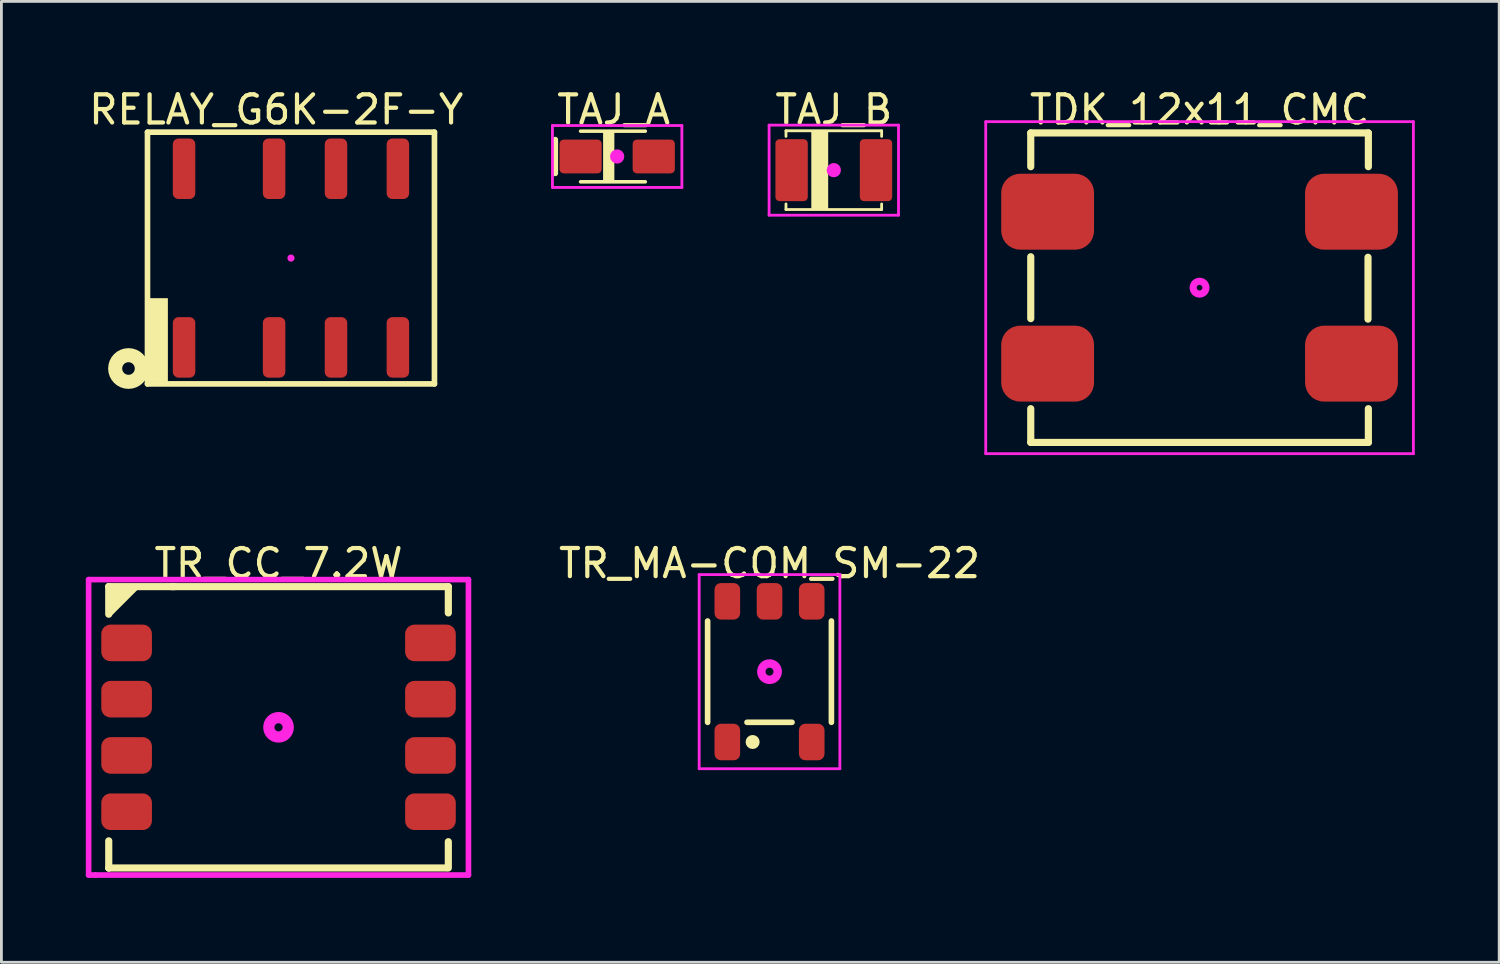
<source format=kicad_pcb>
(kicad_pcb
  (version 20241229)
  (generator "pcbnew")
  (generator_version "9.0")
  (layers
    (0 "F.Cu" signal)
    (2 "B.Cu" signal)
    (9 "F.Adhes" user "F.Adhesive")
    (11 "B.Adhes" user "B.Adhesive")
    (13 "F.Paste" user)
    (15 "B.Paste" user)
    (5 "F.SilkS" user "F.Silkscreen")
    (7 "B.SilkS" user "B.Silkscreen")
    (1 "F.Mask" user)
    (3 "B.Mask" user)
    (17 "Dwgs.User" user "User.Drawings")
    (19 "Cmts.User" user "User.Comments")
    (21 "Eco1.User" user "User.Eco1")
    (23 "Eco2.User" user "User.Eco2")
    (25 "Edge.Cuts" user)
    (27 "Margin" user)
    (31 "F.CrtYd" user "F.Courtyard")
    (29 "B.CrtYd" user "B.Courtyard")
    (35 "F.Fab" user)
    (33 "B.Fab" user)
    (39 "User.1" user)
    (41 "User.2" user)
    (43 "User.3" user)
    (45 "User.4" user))
  (footprint "TR_CC_7.2W"
    (layer "F.Cu")
    (at 6.85 22.801)
    (property "Reference" "TR_CC_7.2W" (at 0 -5.827 0) (layer "F.SilkS") (effects (font (size 1 1) (thickness 0.15))))
    (fp_line (start -6.035 -5) (end -6.035 -5) (stroke (width 0.254) (type solid)) (layer "F.SilkS"))
    (fp_line (start -6.035 -4.02) (end -6.035 -5) (stroke (width 0.254) (type solid)) (layer "F.SilkS"))
    (fp_line (start -6.035 5) (end -6.035 4.035) (stroke (width 0.254) (type solid)) (layer "F.SilkS"))
    (fp_line (start -6.035 5) (end -6.035 5) (stroke (width 0.254) (type solid)) (layer "F.SilkS"))
    (fp_line (start -6.035 5) (end 5.965 5) (stroke (width 0.254) (type solid)) (layer "F.SilkS"))
    (fp_line (start -6.035 -5) (end -3.7 -5) (stroke (width 0.254) (type solid)) (layer "F.SilkS"))
    (fp_line (start -3.8 -5) (end 6.035 -5) (stroke (width 0.254) (type solid)) (layer "F.SilkS"))
    (fp_line (start 6.035 -4.065) (end 6.035 -5) (stroke (width 0.254) (type solid)) (layer "F.SilkS"))
    (fp_line (start 6.035 5) (end 6.035 4.065) (stroke (width 0.254) (type solid)) (layer "F.SilkS"))
    (fp_poly (pts (xy -4.843 -5.057) (xy -5.958 -3.942) (xy -5.958 -5.057)) (stroke (width 0) (type default)) (fill yes) (layer "F.SilkS"))
    (fp_line (start -6.75 -5.25) (end 6.75 -5.25) (stroke (width 0.2) (type solid)) (layer "F.CrtYd"))
    (fp_line (start -6.75 5.25) (end -6.75 -5.25) (stroke (width 0.2) (type solid)) (layer "F.CrtYd"))
    (fp_line (start -6.75 5.25) (end -6.5 5.25) (stroke (width 0.2) (type solid)) (layer "F.CrtYd"))
    (fp_line (start -6.5 5.25) (end 6.75 5.25) (stroke (width 0.2) (type solid)) (layer "F.CrtYd"))
    (fp_line (start 6.75 5.25) (end 6.75 -5.25) (stroke (width 0.2) (type solid)) (layer "F.CrtYd"))
    (fp_circle (center 0 0) (end 0 -0.145) (stroke (width 0.4) (type solid)) (fill no) (layer "F.CrtYd"))
    (pad "1" smd roundrect (at -5.4 -3) (size 1.8 1.3) (layers "F.Cu" "F.Mask" "F.Paste") (roundrect_rratio 0.25))
    (pad "2" smd roundrect (at -5.4 -1) (size 1.8 1.3) (layers "F.Cu" "F.Mask" "F.Paste") (roundrect_rratio 0.25))
    (pad "3" smd roundrect (at -5.4 1) (size 1.8 1.3) (layers "F.Cu" "F.Mask" "F.Paste") (roundrect_rratio 0.25))
    (pad "4" smd roundrect (at -5.4 3) (size 1.8 1.3) (layers "F.Cu" "F.Mask" "F.Paste") (roundrect_rratio 0.25))
    (pad "5" smd roundrect (at 5.4 3) (size 1.8 1.3) (layers "F.Cu" "F.Mask" "F.Paste") (roundrect_rratio 0.25))
    (pad "6" smd roundrect (at 5.4 1) (size 1.8 1.3) (layers "F.Cu" "F.Mask" "F.Paste") (roundrect_rratio 0.25))
    (pad "7" smd roundrect (at 5.4 -1) (size 1.8 1.3) (layers "F.Cu" "F.Mask" "F.Paste") (roundrect_rratio 0.25))
    (pad "8" smd roundrect (at 5.4 -3) (size 1.8 1.3) (layers "F.Cu" "F.Mask" "F.Paste") (roundrect_rratio 0.25)))
  (footprint "TAJ_B"
    (layer "F.Cu")
    (at 26.586 2.998)
    (property "Reference" "TAJ_B" (at 0 -2.15 0) (layer "F.SilkS") (effects (font (size 1 1) (thickness 0.15))))
    (fp_line (start -1.7 -1.4) (end 1.7 -1.4) (stroke (width 0.1) (type solid)) (layer "F.SilkS"))
    (fp_line (start -1.7 -1.2) (end -1.7 -1.4) (stroke (width 0.1) (type solid)) (layer "F.SilkS"))
    (fp_line (start -1.7 1.4) (end -1.7 1.2) (stroke (width 0.1) (type solid)) (layer "F.SilkS"))
    (fp_line (start -1.7 1.4) (end 1.7 1.4) (stroke (width 0.1) (type solid)) (layer "F.SilkS"))
    (fp_line (start 1.7 -1.2) (end 1.7 -1.4) (stroke (width 0.1) (type solid)) (layer "F.SilkS"))
    (fp_line (start 1.7 1.4) (end 1.7 1.2) (stroke (width 0.1) (type solid)) (layer "F.SilkS"))
    (fp_poly (pts (xy -0.8 -1.4) (xy -0.8 1.4) (xy -0.2 1.4) (xy -0.2 -1.4)) (stroke (width 0) (type default)) (fill yes) (layer "F.SilkS"))
    (fp_line (start -2.3 -1.6) (end 2.3 -1.6) (stroke (width 0.1) (type solid)) (layer "F.CrtYd"))
    (fp_line (start -2.3 1.6) (end -2.3 -1.6) (stroke (width 0.1) (type solid)) (layer "F.CrtYd"))
    (fp_line (start -2.3 1.6) (end 2.3 1.6) (stroke (width 0.1) (type solid)) (layer "F.CrtYd"))
    (fp_line (start 2.3 1.6) (end 2.3 -1.6) (stroke (width 0.1) (type solid)) (layer "F.CrtYd"))
    (fp_circle (center 0 0) (end 0 -0.127) (stroke (width 0.254) (type solid)) (fill no) (layer "F.CrtYd"))
    (pad "1" smd roundrect (at -1.5 0 90) (size 2.2 1.15) (layers "F.Cu" "F.Mask" "F.Paste") (roundrect_rratio 0.125))
    (pad "2" smd roundrect (at 1.5 0 90) (size 2.2 1.15) (layers "F.Cu" "F.Mask" "F.Paste") (roundrect_rratio 0.125)))
  (footprint "TDK_12x11_CMC"
    (layer "F.Cu")
    (at 39.586 7.175)
    (property "Reference" "TDK_12x11_CMC" (at 0 -6.327 0) (layer "F.SilkS") (effects (font (size 1 1) (thickness 0.15))))
    (fp_line (start -6 -5.5) (end 6 -5.5) (stroke (width 0.254) (type solid)) (layer "F.SilkS"))
    (fp_line (start -6 -4.3) (end -6 -5.5) (stroke (width 0.254) (type solid)) (layer "F.SilkS"))
    (fp_line (start -6 1.1) (end -6 -1.1) (stroke (width 0.254) (type solid)) (layer "F.SilkS"))
    (fp_line (start -6 5.5) (end -6 4.3) (stroke (width 0.254) (type solid)) (layer "F.SilkS"))
    (fp_line (start -6 5.5) (end 6 5.5) (stroke (width 0.254) (type solid)) (layer "F.SilkS"))
    (fp_line (start 5.987 1.119) (end 5.987 -1.081) (stroke (width 0.254) (type solid)) (layer "F.SilkS"))
    (fp_line (start 6 -4.3) (end 6 -5.5) (stroke (width 0.254) (type solid)) (layer "F.SilkS"))
    (fp_line (start 6 5.5) (end 6 4.3) (stroke (width 0.254) (type solid)) (layer "F.SilkS"))
    (fp_line (start -7.6 -5.9) (end 4.6 -5.9) (stroke (width 0.1) (type solid)) (layer "F.CrtYd"))
    (fp_line (start -7.6 5.9) (end -7.6 -5.9) (stroke (width 0.1) (type solid)) (layer "F.CrtYd"))
    (fp_line (start -7.6 5.9) (end 7.6 5.9) (stroke (width 0.1) (type solid)) (layer "F.CrtYd"))
    (fp_line (start 4.6 -5.9) (end 7.6 -5.9) (stroke (width 0.1) (type solid)) (layer "F.CrtYd"))
    (fp_line (start 7.6 5.9) (end 7.6 -5.9) (stroke (width 0.1) (type solid)) (layer "F.CrtYd"))
    (fp_circle (center 0 0) (end 0 -0.1) (stroke (width 0.254) (type solid)) (fill no) (layer "F.CrtYd"))
    (pad "1" smd roundrect (at -5.4 -2.7) (size 3.3 2.7) (layers "F.Cu" "F.Mask" "F.Paste") (roundrect_rratio 0.25))
    (pad "2" smd roundrect (at -5.4 2.7) (size 3.3 2.7) (layers "F.Cu" "F.Mask" "F.Paste") (roundrect_rratio 0.25))
    (pad "3" smd roundrect (at 5.4 2.7) (size 3.3 2.7) (layers "F.Cu" "F.Mask" "F.Paste") (roundrect_rratio 0.25))
    (pad "4" smd roundrect (at 5.4 -2.7) (size 3.3 2.7) (layers "F.Cu" "F.Mask" "F.Paste") (roundrect_rratio 0.25)))
  (footprint "RELAY_G6K-2F-Y"
    (layer "F.Cu")
    (at 7.292 6.123)
    (property "Reference" "RELAY_G6K-2F-Y" (at -0.524 -5.275 0) (layer "F.SilkS") (effects (font (size 1 1) (thickness 0.15))))
    (fp_line (start -5.1 -4.475) (end 5.1 -4.475) (stroke (width 0.2) (type solid)) (layer "F.SilkS"))
    (fp_line (start -5.1 4.472) (end -5.1 -4.475) (stroke (width 0.2) (type solid)) (layer "F.SilkS"))
    (fp_line (start -5.1 4.472) (end 5.1 4.472) (stroke (width 0.2) (type solid)) (layer "F.SilkS"))
    (fp_line (start 5.1 4.472) (end 5.1 -4.475) (stroke (width 0.2) (type solid)) (layer "F.SilkS"))
    (fp_circle (center -5.775 3.925) (end -5.775 3.701) (stroke (width 0.5) (type solid)) (fill no) (layer "F.SilkS"))
    (fp_poly (pts (xy -5.075 1.425) (xy -4.375 1.425) (xy -4.375 4.397) (xy -5.075 4.397)) (stroke (width 0) (type default)) (fill yes) (layer "F.SilkS"))
    (fp_circle (center 0 0) (end 0 -0.064) (stroke (width 0.127) (type solid)) (fill no) (layer "F.CrtYd"))
    (pad "1" smd roundrect (at -3.8 3.175 90) (size 2.15 0.8) (layers "F.Cu" "F.Mask" "F.Paste") (roundrect_rratio 0.25))
    (pad "2" smd roundrect (at -0.6 3.175 90) (size 2.15 0.8) (layers "F.Cu" "F.Mask" "F.Paste") (roundrect_rratio 0.25))
    (pad "3" smd roundrect (at 1.6 3.175 90) (size 2.15 0.8) (layers "F.Cu" "F.Mask" "F.Paste") (roundrect_rratio 0.25))
    (pad "4" smd roundrect (at 3.8 3.175 90) (size 2.15 0.8) (layers "F.Cu" "F.Mask" "F.Paste") (roundrect_rratio 0.25))
    (pad "5" smd roundrect (at 3.8 -3.175 90) (size 2.15 0.8) (layers "F.Cu" "F.Mask" "F.Paste") (roundrect_rratio 0.25))
    (pad "6" smd roundrect (at 1.6 -3.175 90) (size 2.15 0.8) (layers "F.Cu" "F.Mask" "F.Paste") (roundrect_rratio 0.25))
    (pad "7" smd roundrect (at -0.6 -3.175 90) (size 2.15 0.8) (layers "F.Cu" "F.Mask" "F.Paste") (roundrect_rratio 0.25))
    (pad "8" smd roundrect (at -3.8 -3.175 90) (size 2.15 0.8) (layers "F.Cu" "F.Mask" "F.Paste") (roundrect_rratio 0.25)))
  (footprint "TAJ_A"
    (layer "F.Cu")
    (at 18.886 2.512)
    (property "Reference" "TAJ_A" (at -0.125 -1.663 0) (layer "F.SilkS") (effects (font (size 1 1) (thickness 0.15))))
    (fp_line (start -2.2 0.6) (end -2.2 -0.6) (stroke (width 0.2) (type solid)) (layer "F.SilkS"))
    (fp_line (start -1.3 -0.9) (end 1 -0.9) (stroke (width 0.127) (type solid)) (layer "F.SilkS"))
    (fp_line (start -1.3 0.9) (end 1 0.9) (stroke (width 0.127) (type solid)) (layer "F.SilkS"))
    (fp_poly (pts (xy -0.5 -0.9) (xy -0.5 0.9) (xy -0.1 0.9) (xy -0.1 -0.9)) (stroke (width 0) (type default)) (fill yes) (layer "F.SilkS"))
    (fp_line (start -2.3 -1.1) (end 2.3 -1.1) (stroke (width 0.1) (type solid)) (layer "F.CrtYd"))
    (fp_line (start -2.3 1.1) (end -2.3 -1.1) (stroke (width 0.1) (type solid)) (layer "F.CrtYd"))
    (fp_line (start -2.3 1.1) (end 2.3 1.1) (stroke (width 0.1) (type solid)) (layer "F.CrtYd"))
    (fp_line (start 2.3 1.1) (end 2.3 -1.1) (stroke (width 0.1) (type solid)) (layer "F.CrtYd"))
    (fp_circle (center 0 0) (end 0 -0.127) (stroke (width 0.254) (type solid)) (fill no) (layer "F.CrtYd"))
    (pad "1" smd roundrect (at -1.3 0) (size 1.5 1.2) (layers "F.Cu" "F.Mask" "F.Paste") (roundrect_rratio 0.125))
    (pad "2" smd roundrect (at 1.3 0) (size 1.5 1.2) (layers "F.Cu" "F.Mask" "F.Paste") (roundrect_rratio 0.125)))
  (footprint "TR_MA-COM_SM-22"
    (layer "F.Cu")
    (at 24.301 20.823)
    (property "Reference" "TR_MA-COM_SM-22" (at 0 -3.85 0) (layer "F.SilkS") (effects (font (size 1 1) (thickness 0.15))))
    (fp_line (start -2.2 1.8) (end -2.2 -1.8) (stroke (width 0.2) (type solid)) (layer "F.SilkS"))
    (fp_line (start -0.8 1.8) (end 0.8 1.8) (stroke (width 0.2) (type solid)) (layer "F.SilkS"))
    (fp_line (start 2.2 1.8) (end 2.2 -1.8) (stroke (width 0.2) (type solid)) (layer "F.SilkS"))
    (fp_circle (center -0.6 2.5) (end -0.6 2.375) (stroke (width 0.25) (type solid)) (fill no) (layer "F.SilkS"))
    (fp_line (start -2.5 -3.45) (end 2.5 -3.45) (stroke (width 0.1) (type solid)) (layer "F.CrtYd"))
    (fp_line (start -2.5 3.45) (end -2.5 -3.45) (stroke (width 0.1) (type solid)) (layer "F.CrtYd"))
    (fp_line (start -2.5 3.45) (end 2.5 3.45) (stroke (width 0.1) (type solid)) (layer "F.CrtYd"))
    (fp_line (start 2.5 3.45) (end 2.5 -3.45) (stroke (width 0.1) (type solid)) (layer "F.CrtYd"))
    (fp_circle (center 0 0) (end 0 -0.141) (stroke (width 0.3) (type solid)) (fill no) (layer "F.CrtYd"))
    (pad "1" smd roundrect (at -1.5 2.5) (size 0.91 1.3) (layers "F.Cu" "F.Mask" "F.Paste") (roundrect_rratio 0.25))
    (pad "3" smd roundrect (at 1.5 2.5) (size 0.91 1.3) (layers "F.Cu" "F.Mask" "F.Paste") (roundrect_rratio 0.25))
    (pad "4" smd roundrect (at 1.5 -2.5) (size 0.91 1.3) (layers "F.Cu" "F.Mask" "F.Paste") (roundrect_rratio 0.25))
    (pad "5" smd roundrect (at 0 -2.5) (size 0.91 1.3) (layers "F.Cu" "F.Mask" "F.Paste") (roundrect_rratio 0.25))
    (pad "6" smd roundrect (at -1.5 -2.5) (size 0.91 1.3) (layers "F.Cu" "F.Mask" "F.Paste") (roundrect_rratio 0.25)))
  (gr_rect
    (start -3 -3)
    (end 50.236 31.151)
    (stroke (width 0.1) (type default))
    (fill no)
    (layer "Edge.Cuts")))
</source>
